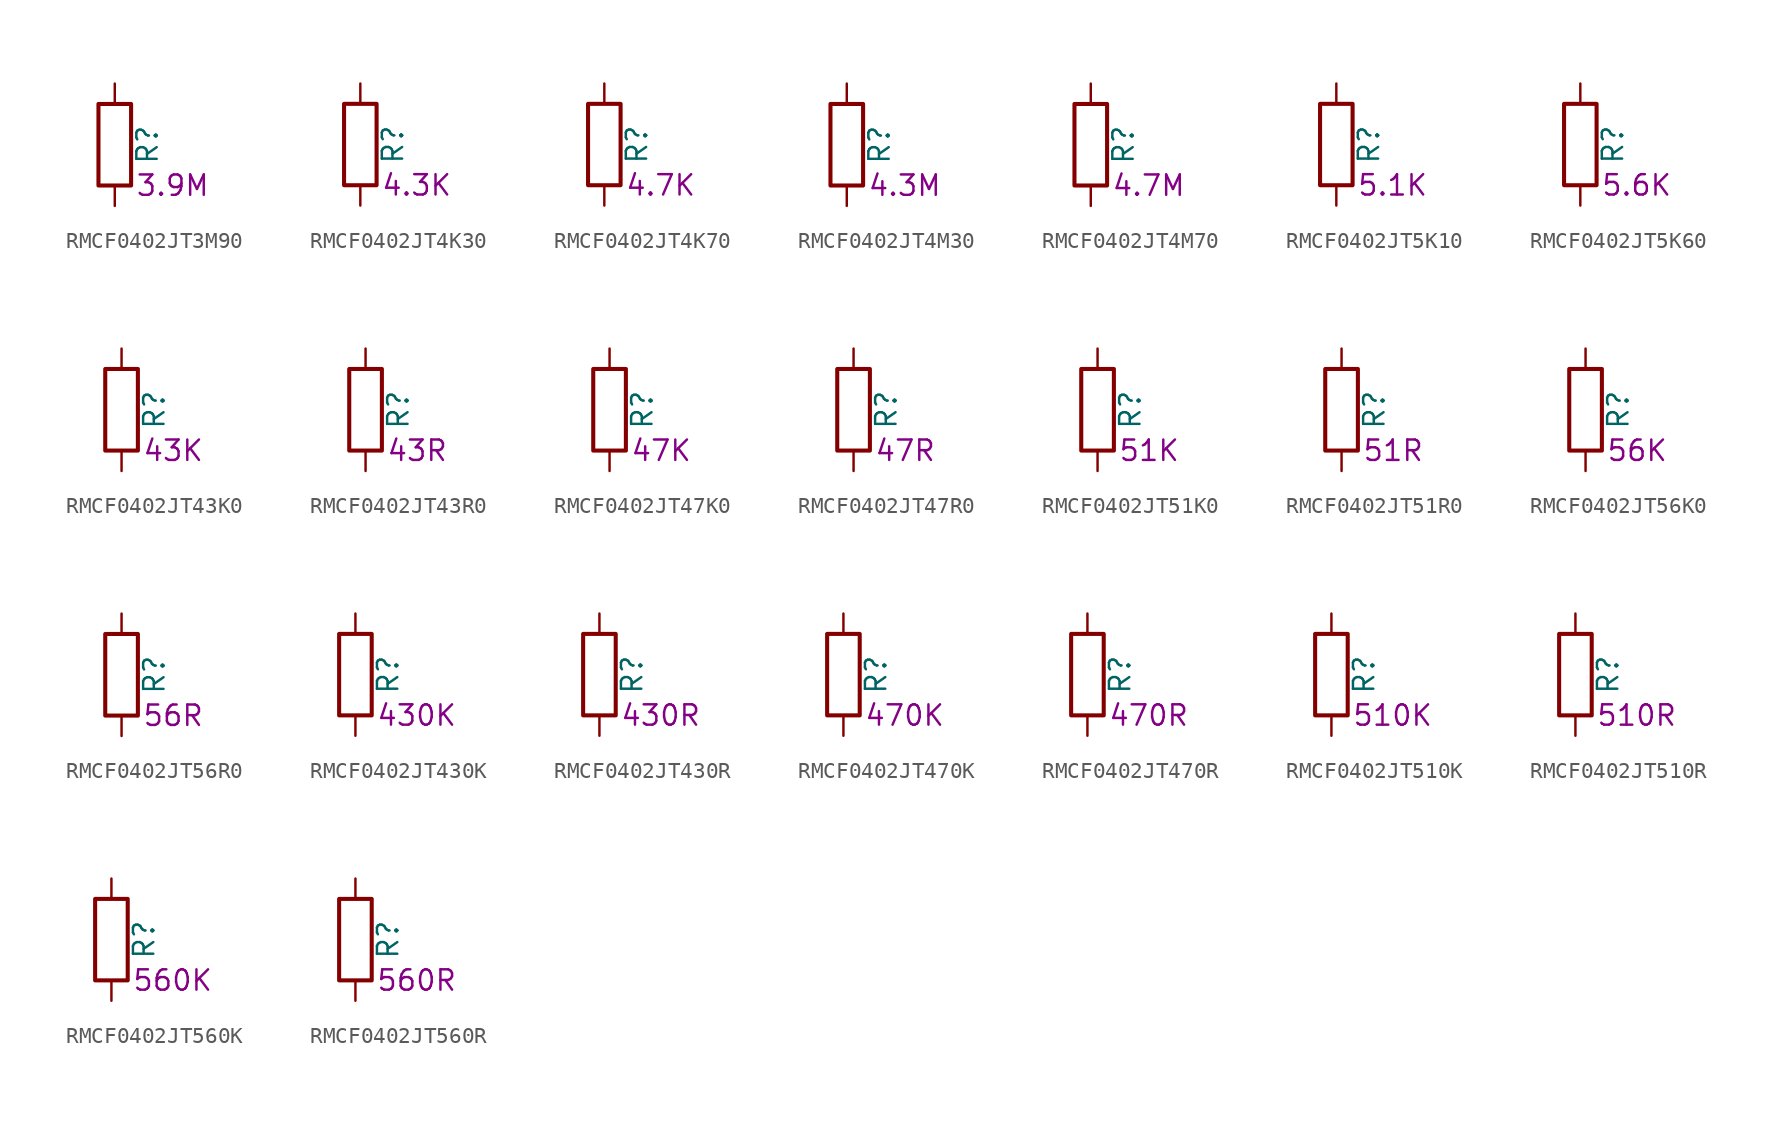
<source format=kicad_sym>
(kicad_symbol_lib
  (version 20220914)
  (generator kicad_symbol_editor)
  (symbol "RMCF0402JT3M90"
    (pin_numbers hide)
    (pin_names
      (offset 0))
    (property "Reference" "R"
      (at 2.032 0 90)
      (effects (font (size 1.27 1.27))))
    (property "Resistance" "3.9M"
      (at 1.27 -2.54 0)
      (effects (font (size 1.27 1.27)) (justify left)))
    (symbol "RMCF0402JT3M90_0_1"
      (rectangle (start -1.016 -2.54) (end 1.016 2.54) (stroke (width 0.254) (type default)) (fill (type none))))
    (symbol "RMCF0402JT3M90_1_1"
      (pin passive line (at 0 3.81 270) (length 1.27) (name "~" (effects (font (size 1.27 1.27)))) (number "1" (effects (font (size 1.27 1.27)))))
      (pin passive line (at 0 -3.81 90) (length 1.27) (name "~" (effects (font (size 1.27 1.27)))) (number "2" (effects (font (size 1.27 1.27)))))))
  (symbol "RMCF0402JT4K30"
    (pin_numbers hide)
    (pin_names
      (offset 0))
    (property "Reference" "R"
      (at 2.032 0 90)
      (effects (font (size 1.27 1.27))))
    (property "Resistance" "4.3K"
      (at 1.27 -2.54 0)
      (effects (font (size 1.27 1.27)) (justify left)))
    (symbol "RMCF0402JT4K30_0_1"
      (rectangle (start -1.016 -2.54) (end 1.016 2.54) (stroke (width 0.254) (type default)) (fill (type none))))
    (symbol "RMCF0402JT4K30_1_1"
      (pin passive line (at 0 3.81 270) (length 1.27) (name "~" (effects (font (size 1.27 1.27)))) (number "1" (effects (font (size 1.27 1.27)))))
      (pin passive line (at 0 -3.81 90) (length 1.27) (name "~" (effects (font (size 1.27 1.27)))) (number "2" (effects (font (size 1.27 1.27)))))))
  (symbol "RMCF0402JT4K70"
    (pin_numbers hide)
    (pin_names
      (offset 0))
    (property "Reference" "R"
      (at 2.032 0 90)
      (effects (font (size 1.27 1.27))))
    (property "Resistance" "4.7K"
      (at 1.27 -2.54 0)
      (effects (font (size 1.27 1.27)) (justify left)))
    (symbol "RMCF0402JT4K70_0_1"
      (rectangle (start -1.016 -2.54) (end 1.016 2.54) (stroke (width 0.254) (type default)) (fill (type none))))
    (symbol "RMCF0402JT4K70_1_1"
      (pin passive line (at 0 3.81 270) (length 1.27) (name "~" (effects (font (size 1.27 1.27)))) (number "1" (effects (font (size 1.27 1.27)))))
      (pin passive line (at 0 -3.81 90) (length 1.27) (name "~" (effects (font (size 1.27 1.27)))) (number "2" (effects (font (size 1.27 1.27)))))))
  (symbol "RMCF0402JT4M30"
    (pin_numbers hide)
    (pin_names
      (offset 0))
    (property "Reference" "R"
      (at 2.032 0 90)
      (effects (font (size 1.27 1.27))))
    (property "Resistance" "4.3M"
      (at 1.27 -2.54 0)
      (effects (font (size 1.27 1.27)) (justify left)))
    (symbol "RMCF0402JT4M30_0_1"
      (rectangle (start -1.016 -2.54) (end 1.016 2.54) (stroke (width 0.254) (type default)) (fill (type none))))
    (symbol "RMCF0402JT4M30_1_1"
      (pin passive line (at 0 3.81 270) (length 1.27) (name "~" (effects (font (size 1.27 1.27)))) (number "1" (effects (font (size 1.27 1.27)))))
      (pin passive line (at 0 -3.81 90) (length 1.27) (name "~" (effects (font (size 1.27 1.27)))) (number "2" (effects (font (size 1.27 1.27)))))))
  (symbol "RMCF0402JT4M70"
    (pin_numbers hide)
    (pin_names
      (offset 0))
    (property "Reference" "R"
      (at 2.032 0 90)
      (effects (font (size 1.27 1.27))))
    (property "Resistance" "4.7M"
      (at 1.27 -2.54 0)
      (effects (font (size 1.27 1.27)) (justify left)))
    (symbol "RMCF0402JT4M70_0_1"
      (rectangle (start -1.016 -2.54) (end 1.016 2.54) (stroke (width 0.254) (type default)) (fill (type none))))
    (symbol "RMCF0402JT4M70_1_1"
      (pin passive line (at 0 3.81 270) (length 1.27) (name "~" (effects (font (size 1.27 1.27)))) (number "1" (effects (font (size 1.27 1.27)))))
      (pin passive line (at 0 -3.81 90) (length 1.27) (name "~" (effects (font (size 1.27 1.27)))) (number "2" (effects (font (size 1.27 1.27)))))))
  (symbol "RMCF0402JT5K10"
    (pin_numbers hide)
    (pin_names
      (offset 0))
    (property "Reference" "R"
      (at 2.032 0 90)
      (effects (font (size 1.27 1.27))))
    (property "Resistance" "5.1K"
      (at 1.27 -2.54 0)
      (effects (font (size 1.27 1.27)) (justify left)))
    (symbol "RMCF0402JT5K10_0_1"
      (rectangle (start -1.016 -2.54) (end 1.016 2.54) (stroke (width 0.254) (type default)) (fill (type none))))
    (symbol "RMCF0402JT5K10_1_1"
      (pin passive line (at 0 3.81 270) (length 1.27) (name "~" (effects (font (size 1.27 1.27)))) (number "1" (effects (font (size 1.27 1.27)))))
      (pin passive line (at 0 -3.81 90) (length 1.27) (name "~" (effects (font (size 1.27 1.27)))) (number "2" (effects (font (size 1.27 1.27)))))))
  (symbol "RMCF0402JT5K60"
    (pin_numbers hide)
    (pin_names
      (offset 0))
    (property "Reference" "R"
      (at 2.032 0 90)
      (effects (font (size 1.27 1.27))))
    (property "Resistance" "5.6K"
      (at 1.27 -2.54 0)
      (effects (font (size 1.27 1.27)) (justify left)))
    (symbol "RMCF0402JT5K60_0_1"
      (rectangle (start -1.016 -2.54) (end 1.016 2.54) (stroke (width 0.254) (type default)) (fill (type none))))
    (symbol "RMCF0402JT5K60_1_1"
      (pin passive line (at 0 3.81 270) (length 1.27) (name "~" (effects (font (size 1.27 1.27)))) (number "1" (effects (font (size 1.27 1.27)))))
      (pin passive line (at 0 -3.81 90) (length 1.27) (name "~" (effects (font (size 1.27 1.27)))) (number "2" (effects (font (size 1.27 1.27)))))))
  (symbol "RMCF0402JT43K0"
    (pin_numbers hide)
    (pin_names
      (offset 0))
    (property "Reference" "R"
      (at 2.032 0 90)
      (effects (font (size 1.27 1.27))))
    (property "Resistance" "43K"
      (at 1.27 -2.54 0)
      (effects (font (size 1.27 1.27)) (justify left)))
    (symbol "RMCF0402JT43K0_0_1"
      (rectangle (start -1.016 -2.54) (end 1.016 2.54) (stroke (width 0.254) (type default)) (fill (type none))))
    (symbol "RMCF0402JT43K0_1_1"
      (pin passive line (at 0 3.81 270) (length 1.27) (name "~" (effects (font (size 1.27 1.27)))) (number "1" (effects (font (size 1.27 1.27)))))
      (pin passive line (at 0 -3.81 90) (length 1.27) (name "~" (effects (font (size 1.27 1.27)))) (number "2" (effects (font (size 1.27 1.27)))))))
  (symbol "RMCF0402JT43R0"
    (pin_numbers hide)
    (pin_names
      (offset 0))
    (property "Reference" "R"
      (at 2.032 0 90)
      (effects (font (size 1.27 1.27))))
    (property "Resistance" "43R"
      (at 1.27 -2.54 0)
      (effects (font (size 1.27 1.27)) (justify left)))
    (symbol "RMCF0402JT43R0_0_1"
      (rectangle (start -1.016 -2.54) (end 1.016 2.54) (stroke (width 0.254) (type default)) (fill (type none))))
    (symbol "RMCF0402JT43R0_1_1"
      (pin passive line (at 0 3.81 270) (length 1.27) (name "~" (effects (font (size 1.27 1.27)))) (number "1" (effects (font (size 1.27 1.27)))))
      (pin passive line (at 0 -3.81 90) (length 1.27) (name "~" (effects (font (size 1.27 1.27)))) (number "2" (effects (font (size 1.27 1.27)))))))
  (symbol "RMCF0402JT47K0"
    (pin_numbers hide)
    (pin_names
      (offset 0))
    (property "Reference" "R"
      (at 2.032 0 90)
      (effects (font (size 1.27 1.27))))
    (property "Resistance" "47K"
      (at 1.27 -2.54 0)
      (effects (font (size 1.27 1.27)) (justify left)))
    (symbol "RMCF0402JT47K0_0_1"
      (rectangle (start -1.016 -2.54) (end 1.016 2.54) (stroke (width 0.254) (type default)) (fill (type none))))
    (symbol "RMCF0402JT47K0_1_1"
      (pin passive line (at 0 3.81 270) (length 1.27) (name "~" (effects (font (size 1.27 1.27)))) (number "1" (effects (font (size 1.27 1.27)))))
      (pin passive line (at 0 -3.81 90) (length 1.27) (name "~" (effects (font (size 1.27 1.27)))) (number "2" (effects (font (size 1.27 1.27)))))))
  (symbol "RMCF0402JT47R0"
    (pin_numbers hide)
    (pin_names
      (offset 0))
    (property "Reference" "R"
      (at 2.032 0 90)
      (effects (font (size 1.27 1.27))))
    (property "Resistance" "47R"
      (at 1.27 -2.54 0)
      (effects (font (size 1.27 1.27)) (justify left)))
    (symbol "RMCF0402JT47R0_0_1"
      (rectangle (start -1.016 -2.54) (end 1.016 2.54) (stroke (width 0.254) (type default)) (fill (type none))))
    (symbol "RMCF0402JT47R0_1_1"
      (pin passive line (at 0 3.81 270) (length 1.27) (name "~" (effects (font (size 1.27 1.27)))) (number "1" (effects (font (size 1.27 1.27)))))
      (pin passive line (at 0 -3.81 90) (length 1.27) (name "~" (effects (font (size 1.27 1.27)))) (number "2" (effects (font (size 1.27 1.27)))))))
  (symbol "RMCF0402JT51K0"
    (pin_numbers hide)
    (pin_names
      (offset 0))
    (property "Reference" "R"
      (at 2.032 0 90)
      (effects (font (size 1.27 1.27))))
    (property "Resistance" "51K"
      (at 1.27 -2.54 0)
      (effects (font (size 1.27 1.27)) (justify left)))
    (symbol "RMCF0402JT51K0_0_1"
      (rectangle (start -1.016 -2.54) (end 1.016 2.54) (stroke (width 0.254) (type default)) (fill (type none))))
    (symbol "RMCF0402JT51K0_1_1"
      (pin passive line (at 0 3.81 270) (length 1.27) (name "~" (effects (font (size 1.27 1.27)))) (number "1" (effects (font (size 1.27 1.27)))))
      (pin passive line (at 0 -3.81 90) (length 1.27) (name "~" (effects (font (size 1.27 1.27)))) (number "2" (effects (font (size 1.27 1.27)))))))
  (symbol "RMCF0402JT51R0"
    (pin_numbers hide)
    (pin_names
      (offset 0))
    (property "Reference" "R"
      (at 2.032 0 90)
      (effects (font (size 1.27 1.27))))
    (property "Resistance" "51R"
      (at 1.27 -2.54 0)
      (effects (font (size 1.27 1.27)) (justify left)))
    (symbol "RMCF0402JT51R0_0_1"
      (rectangle (start -1.016 -2.54) (end 1.016 2.54) (stroke (width 0.254) (type default)) (fill (type none))))
    (symbol "RMCF0402JT51R0_1_1"
      (pin passive line (at 0 3.81 270) (length 1.27) (name "~" (effects (font (size 1.27 1.27)))) (number "1" (effects (font (size 1.27 1.27)))))
      (pin passive line (at 0 -3.81 90) (length 1.27) (name "~" (effects (font (size 1.27 1.27)))) (number "2" (effects (font (size 1.27 1.27)))))))
  (symbol "RMCF0402JT56K0"
    (pin_numbers hide)
    (pin_names
      (offset 0))
    (property "Reference" "R"
      (at 2.032 0 90)
      (effects (font (size 1.27 1.27))))
    (property "Resistance" "56K"
      (at 1.27 -2.54 0)
      (effects (font (size 1.27 1.27)) (justify left)))
    (symbol "RMCF0402JT56K0_0_1"
      (rectangle (start -1.016 -2.54) (end 1.016 2.54) (stroke (width 0.254) (type default)) (fill (type none))))
    (symbol "RMCF0402JT56K0_1_1"
      (pin passive line (at 0 3.81 270) (length 1.27) (name "~" (effects (font (size 1.27 1.27)))) (number "1" (effects (font (size 1.27 1.27)))))
      (pin passive line (at 0 -3.81 90) (length 1.27) (name "~" (effects (font (size 1.27 1.27)))) (number "2" (effects (font (size 1.27 1.27)))))))
  (symbol "RMCF0402JT56R0"
    (pin_numbers hide)
    (pin_names
      (offset 0))
    (property "Reference" "R"
      (at 2.032 0 90)
      (effects (font (size 1.27 1.27))))
    (property "Resistance" "56R"
      (at 1.27 -2.54 0)
      (effects (font (size 1.27 1.27)) (justify left)))
    (symbol "RMCF0402JT56R0_0_1"
      (rectangle (start -1.016 -2.54) (end 1.016 2.54) (stroke (width 0.254) (type default)) (fill (type none))))
    (symbol "RMCF0402JT56R0_1_1"
      (pin passive line (at 0 3.81 270) (length 1.27) (name "~" (effects (font (size 1.27 1.27)))) (number "1" (effects (font (size 1.27 1.27)))))
      (pin passive line (at 0 -3.81 90) (length 1.27) (name "~" (effects (font (size 1.27 1.27)))) (number "2" (effects (font (size 1.27 1.27)))))))
  (symbol "RMCF0402JT430K"
    (pin_numbers hide)
    (pin_names
      (offset 0))
    (property "Reference" "R"
      (at 2.032 0 90)
      (effects (font (size 1.27 1.27))))
    (property "Resistance" "430K"
      (at 1.27 -2.54 0)
      (effects (font (size 1.27 1.27)) (justify left)))
    (symbol "RMCF0402JT430K_0_1"
      (rectangle (start -1.016 -2.54) (end 1.016 2.54) (stroke (width 0.254) (type default)) (fill (type none))))
    (symbol "RMCF0402JT430K_1_1"
      (pin passive line (at 0 3.81 270) (length 1.27) (name "~" (effects (font (size 1.27 1.27)))) (number "1" (effects (font (size 1.27 1.27)))))
      (pin passive line (at 0 -3.81 90) (length 1.27) (name "~" (effects (font (size 1.27 1.27)))) (number "2" (effects (font (size 1.27 1.27)))))))
  (symbol "RMCF0402JT430R"
    (pin_numbers hide)
    (pin_names
      (offset 0))
    (property "Reference" "R"
      (at 2.032 0 90)
      (effects (font (size 1.27 1.27))))
    (property "Resistance" "430R"
      (at 1.27 -2.54 0)
      (effects (font (size 1.27 1.27)) (justify left)))
    (symbol "RMCF0402JT430R_0_1"
      (rectangle (start -1.016 -2.54) (end 1.016 2.54) (stroke (width 0.254) (type default)) (fill (type none))))
    (symbol "RMCF0402JT430R_1_1"
      (pin passive line (at 0 3.81 270) (length 1.27) (name "~" (effects (font (size 1.27 1.27)))) (number "1" (effects (font (size 1.27 1.27)))))
      (pin passive line (at 0 -3.81 90) (length 1.27) (name "~" (effects (font (size 1.27 1.27)))) (number "2" (effects (font (size 1.27 1.27)))))))
  (symbol "RMCF0402JT470K"
    (pin_numbers hide)
    (pin_names
      (offset 0))
    (property "Reference" "R"
      (at 2.032 0 90)
      (effects (font (size 1.27 1.27))))
    (property "Resistance" "470K"
      (at 1.27 -2.54 0)
      (effects (font (size 1.27 1.27)) (justify left)))
    (symbol "RMCF0402JT470K_0_1"
      (rectangle (start -1.016 -2.54) (end 1.016 2.54) (stroke (width 0.254) (type default)) (fill (type none))))
    (symbol "RMCF0402JT470K_1_1"
      (pin passive line (at 0 3.81 270) (length 1.27) (name "~" (effects (font (size 1.27 1.27)))) (number "1" (effects (font (size 1.27 1.27)))))
      (pin passive line (at 0 -3.81 90) (length 1.27) (name "~" (effects (font (size 1.27 1.27)))) (number "2" (effects (font (size 1.27 1.27)))))))
  (symbol "RMCF0402JT470R"
    (pin_numbers hide)
    (pin_names
      (offset 0))
    (property "Reference" "R"
      (at 2.032 0 90)
      (effects (font (size 1.27 1.27))))
    (property "Resistance" "470R"
      (at 1.27 -2.54 0)
      (effects (font (size 1.27 1.27)) (justify left)))
    (symbol "RMCF0402JT470R_0_1"
      (rectangle (start -1.016 -2.54) (end 1.016 2.54) (stroke (width 0.254) (type default)) (fill (type none))))
    (symbol "RMCF0402JT470R_1_1"
      (pin passive line (at 0 3.81 270) (length 1.27) (name "~" (effects (font (size 1.27 1.27)))) (number "1" (effects (font (size 1.27 1.27)))))
      (pin passive line (at 0 -3.81 90) (length 1.27) (name "~" (effects (font (size 1.27 1.27)))) (number "2" (effects (font (size 1.27 1.27)))))))
  (symbol "RMCF0402JT510K"
    (pin_numbers hide)
    (pin_names
      (offset 0))
    (property "Reference" "R"
      (at 2.032 0 90)
      (effects (font (size 1.27 1.27))))
    (property "Resistance" "510K"
      (at 1.27 -2.54 0)
      (effects (font (size 1.27 1.27)) (justify left)))
    (symbol "RMCF0402JT510K_0_1"
      (rectangle (start -1.016 -2.54) (end 1.016 2.54) (stroke (width 0.254) (type default)) (fill (type none))))
    (symbol "RMCF0402JT510K_1_1"
      (pin passive line (at 0 3.81 270) (length 1.27) (name "~" (effects (font (size 1.27 1.27)))) (number "1" (effects (font (size 1.27 1.27)))))
      (pin passive line (at 0 -3.81 90) (length 1.27) (name "~" (effects (font (size 1.27 1.27)))) (number "2" (effects (font (size 1.27 1.27)))))))
  (symbol "RMCF0402JT510R"
    (pin_numbers hide)
    (pin_names
      (offset 0))
    (property "Reference" "R"
      (at 2.032 0 90)
      (effects (font (size 1.27 1.27))))
    (property "Resistance" "510R"
      (at 1.27 -2.54 0)
      (effects (font (size 1.27 1.27)) (justify left)))
    (symbol "RMCF0402JT510R_0_1"
      (rectangle (start -1.016 -2.54) (end 1.016 2.54) (stroke (width 0.254) (type default)) (fill (type none))))
    (symbol "RMCF0402JT510R_1_1"
      (pin passive line (at 0 3.81 270) (length 1.27) (name "~" (effects (font (size 1.27 1.27)))) (number "1" (effects (font (size 1.27 1.27)))))
      (pin passive line (at 0 -3.81 90) (length 1.27) (name "~" (effects (font (size 1.27 1.27)))) (number "2" (effects (font (size 1.27 1.27)))))))
  (symbol "RMCF0402JT560K"
    (pin_numbers hide)
    (pin_names
      (offset 0))
    (property "Reference" "R"
      (at 2.032 0 90)
      (effects (font (size 1.27 1.27))))
    (property "Resistance" "560K"
      (at 1.27 -2.54 0)
      (effects (font (size 1.27 1.27)) (justify left)))
    (symbol "RMCF0402JT560K_0_1"
      (rectangle (start -1.016 -2.54) (end 1.016 2.54) (stroke (width 0.254) (type default)) (fill (type none))))
    (symbol "RMCF0402JT560K_1_1"
      (pin passive line (at 0 3.81 270) (length 1.27) (name "~" (effects (font (size 1.27 1.27)))) (number "1" (effects (font (size 1.27 1.27)))))
      (pin passive line (at 0 -3.81 90) (length 1.27) (name "~" (effects (font (size 1.27 1.27)))) (number "2" (effects (font (size 1.27 1.27)))))))
  (symbol "RMCF0402JT560R"
    (pin_numbers hide)
    (pin_names
      (offset 0))
    (property "Reference" "R"
      (at 2.032 0 90)
      (effects (font (size 1.27 1.27))))
    (property "Resistance" "560R"
      (at 1.27 -2.54 0)
      (effects (font (size 1.27 1.27)) (justify left)))
    (symbol "RMCF0402JT560R_0_1"
      (rectangle (start -1.016 -2.54) (end 1.016 2.54) (stroke (width 0.254) (type default)) (fill (type none))))
    (symbol "RMCF0402JT560R_1_1"
      (pin passive line (at 0 3.81 270) (length 1.27) (name "~" (effects (font (size 1.27 1.27)))) (number "1" (effects (font (size 1.27 1.27)))))
      (pin passive line (at 0 -3.81 90) (length 1.27) (name "~" (effects (font (size 1.27 1.27)))) (number "2" (effects (font (size 1.27 1.27))))))))
</source>
